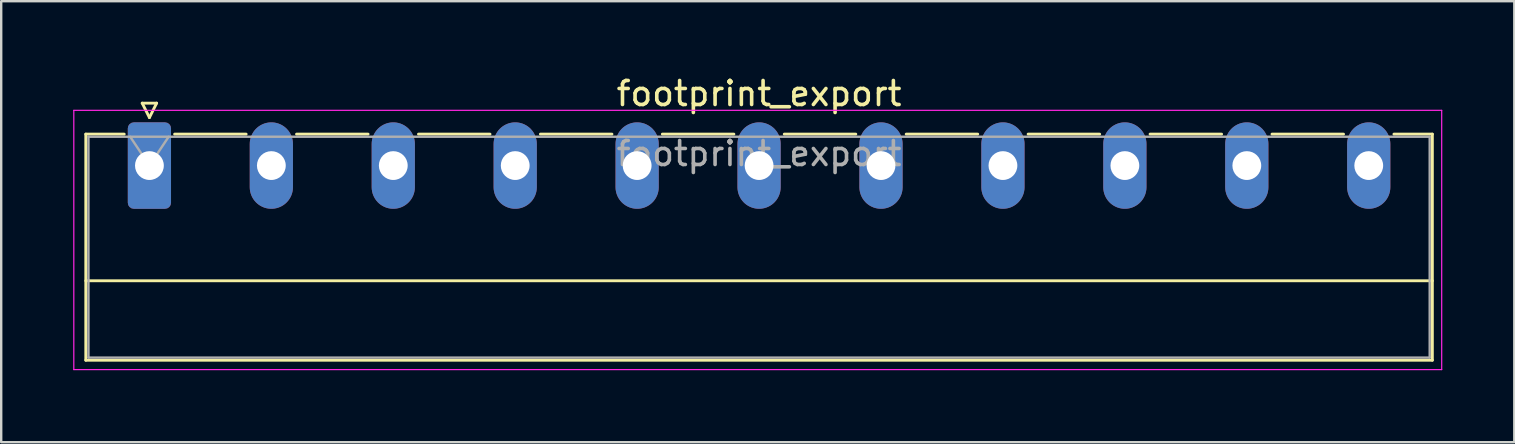
<source format=kicad_pcb>
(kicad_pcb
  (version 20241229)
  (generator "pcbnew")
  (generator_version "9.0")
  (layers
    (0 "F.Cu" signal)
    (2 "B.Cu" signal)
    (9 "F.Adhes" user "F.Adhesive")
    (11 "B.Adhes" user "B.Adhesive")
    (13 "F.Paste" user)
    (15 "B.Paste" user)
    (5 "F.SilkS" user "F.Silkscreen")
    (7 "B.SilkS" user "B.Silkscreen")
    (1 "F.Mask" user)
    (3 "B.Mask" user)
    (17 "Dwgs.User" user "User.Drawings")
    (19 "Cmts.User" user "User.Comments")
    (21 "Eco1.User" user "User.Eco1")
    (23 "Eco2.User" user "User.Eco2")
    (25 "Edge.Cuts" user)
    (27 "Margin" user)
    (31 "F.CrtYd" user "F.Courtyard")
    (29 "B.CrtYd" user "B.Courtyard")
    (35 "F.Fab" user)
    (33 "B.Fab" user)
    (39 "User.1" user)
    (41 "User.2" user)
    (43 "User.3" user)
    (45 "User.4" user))
  (footprint "footprint_export"
    (layer "F.Cu")
    (at 3.175 3.848)
    (property "Reference" "footprint_export" (at 25.4 -3 0) (layer "F.SilkS") (effects (font (size 1 1) (thickness 0.15))))
    (attr through_hole)
    (fp_line (start -2.65 -1.31) (end -2.65 8.11) (stroke (width 0.12) (type solid)) (layer "F.SilkS"))
    (fp_line (start -2.65 -1.31) (end -1.05 -1.31) (stroke (width 0.12) (type solid)) (layer "F.SilkS"))
    (fp_line (start -2.65 4.8) (end 53.45 4.8) (stroke (width 0.12) (type solid)) (layer "F.SilkS"))
    (fp_line (start -2.65 8.11) (end 53.45 8.11) (stroke (width 0.12) (type solid)) (layer "F.SilkS"))
    (fp_line (start -0.3 -2.6) (end 0.3 -2.6) (stroke (width 0.12) (type solid)) (layer "F.SilkS"))
    (fp_line (start 0 -2) (end -0.3 -2.6) (stroke (width 0.12) (type solid)) (layer "F.SilkS"))
    (fp_line (start 0.3 -2.6) (end 0 -2) (stroke (width 0.12) (type solid)) (layer "F.SilkS"))
    (fp_line (start 1.05 -1.31) (end 4.03 -1.31) (stroke (width 0.12) (type solid)) (layer "F.SilkS"))
    (fp_line (start 6.13 -1.31) (end 9.11 -1.31) (stroke (width 0.12) (type solid)) (layer "F.SilkS"))
    (fp_line (start 11.21 -1.31) (end 14.19 -1.31) (stroke (width 0.12) (type solid)) (layer "F.SilkS"))
    (fp_line (start 16.29 -1.31) (end 19.27 -1.31) (stroke (width 0.12) (type solid)) (layer "F.SilkS"))
    (fp_line (start 21.37 -1.31) (end 24.35 -1.31) (stroke (width 0.12) (type solid)) (layer "F.SilkS"))
    (fp_line (start 26.45 -1.31) (end 29.43 -1.31) (stroke (width 0.12) (type solid)) (layer "F.SilkS"))
    (fp_line (start 31.53 -1.31) (end 34.51 -1.31) (stroke (width 0.12) (type solid)) (layer "F.SilkS"))
    (fp_line (start 36.61 -1.31) (end 39.59 -1.31) (stroke (width 0.12) (type solid)) (layer "F.SilkS"))
    (fp_line (start 41.69 -1.31) (end 44.67 -1.31) (stroke (width 0.12) (type solid)) (layer "F.SilkS"))
    (fp_line (start 46.77 -1.31) (end 49.75 -1.31) (stroke (width 0.12) (type solid)) (layer "F.SilkS"))
    (fp_line (start 53.45 -1.31) (end 51.85 -1.31) (stroke (width 0.12) (type solid)) (layer "F.SilkS"))
    (fp_line (start 53.45 8.11) (end 53.45 -1.31) (stroke (width 0.12) (type solid)) (layer "F.SilkS"))
    (fp_line (start -3.15 -2.3) (end -3.15 8.5) (stroke (width 0.05) (type solid)) (layer "F.CrtYd"))
    (fp_line (start -3.15 8.5) (end 53.84 8.5) (stroke (width 0.05) (type solid)) (layer "F.CrtYd"))
    (fp_line (start 53.84 -2.3) (end -3.15 -2.3) (stroke (width 0.05) (type solid)) (layer "F.CrtYd"))
    (fp_line (start 53.84 8.5) (end 53.84 -2.3) (stroke (width 0.05) (type solid)) (layer "F.CrtYd"))
    (fp_line (start -2.54 -1.2) (end -2.54 8) (stroke (width 0.1) (type solid)) (layer "F.Fab"))
    (fp_line (start -2.54 8) (end 53.34 8) (stroke (width 0.1) (type solid)) (layer "F.Fab"))
    (fp_line (start 0 0) (end -0.8 -1.2) (stroke (width 0.1) (type solid)) (layer "F.Fab"))
    (fp_line (start 0.8 -1.2) (end 0 0) (stroke (width 0.1) (type solid)) (layer "F.Fab"))
    (fp_line (start 53.34 -1.2) (end -2.54 -1.2) (stroke (width 0.1) (type solid)) (layer "F.Fab"))
    (fp_line (start 53.34 8) (end 53.34 -1.2) (stroke (width 0.1) (type solid)) (layer "F.Fab"))
    (fp_text user "${REFERENCE}" (at 25.4 -0.5 0) (layer "F.Fab") (effects (font (size 1 1) (thickness 0.15))))
    (pad "1" thru_hole roundrect (at 0 0) (size 1.8 3.6) (drill 1.2) (layers "*.Cu" "*.Mask") (roundrect_rratio 0.139))
    (pad "2" thru_hole oval (at 5.08 0) (size 1.8 3.6) (drill 1.2) (layers "*.Cu" "*.Mask"))
    (pad "3" thru_hole oval (at 10.16 0) (size 1.8 3.6) (drill 1.2) (layers "*.Cu" "*.Mask"))
    (pad "4" thru_hole oval (at 15.24 0) (size 1.8 3.6) (drill 1.2) (layers "*.Cu" "*.Mask"))
    (pad "5" thru_hole oval (at 20.32 0) (size 1.8 3.6) (drill 1.2) (layers "*.Cu" "*.Mask"))
    (pad "6" thru_hole oval (at 25.4 0) (size 1.8 3.6) (drill 1.2) (layers "*.Cu" "*.Mask"))
    (pad "7" thru_hole oval (at 30.48 0) (size 1.8 3.6) (drill 1.2) (layers "*.Cu" "*.Mask"))
    (pad "8" thru_hole oval (at 35.56 0) (size 1.8 3.6) (drill 1.2) (layers "*.Cu" "*.Mask"))
    (pad "9" thru_hole oval (at 40.64 0) (size 1.8 3.6) (drill 1.2) (layers "*.Cu" "*.Mask"))
    (pad "10" thru_hole oval (at 45.72 0) (size 1.8 3.6) (drill 1.2) (layers "*.Cu" "*.Mask"))
    (pad "11" thru_hole oval (at 50.8 0) (size 1.8 3.6) (drill 1.2) (layers "*.Cu" "*.Mask")))
  (gr_rect
    (start -3 -3)
    (end 60.04 15.373)
    (stroke (width 0.1) (type default))
    (fill no)
    (layer "Edge.Cuts")))
</source>
